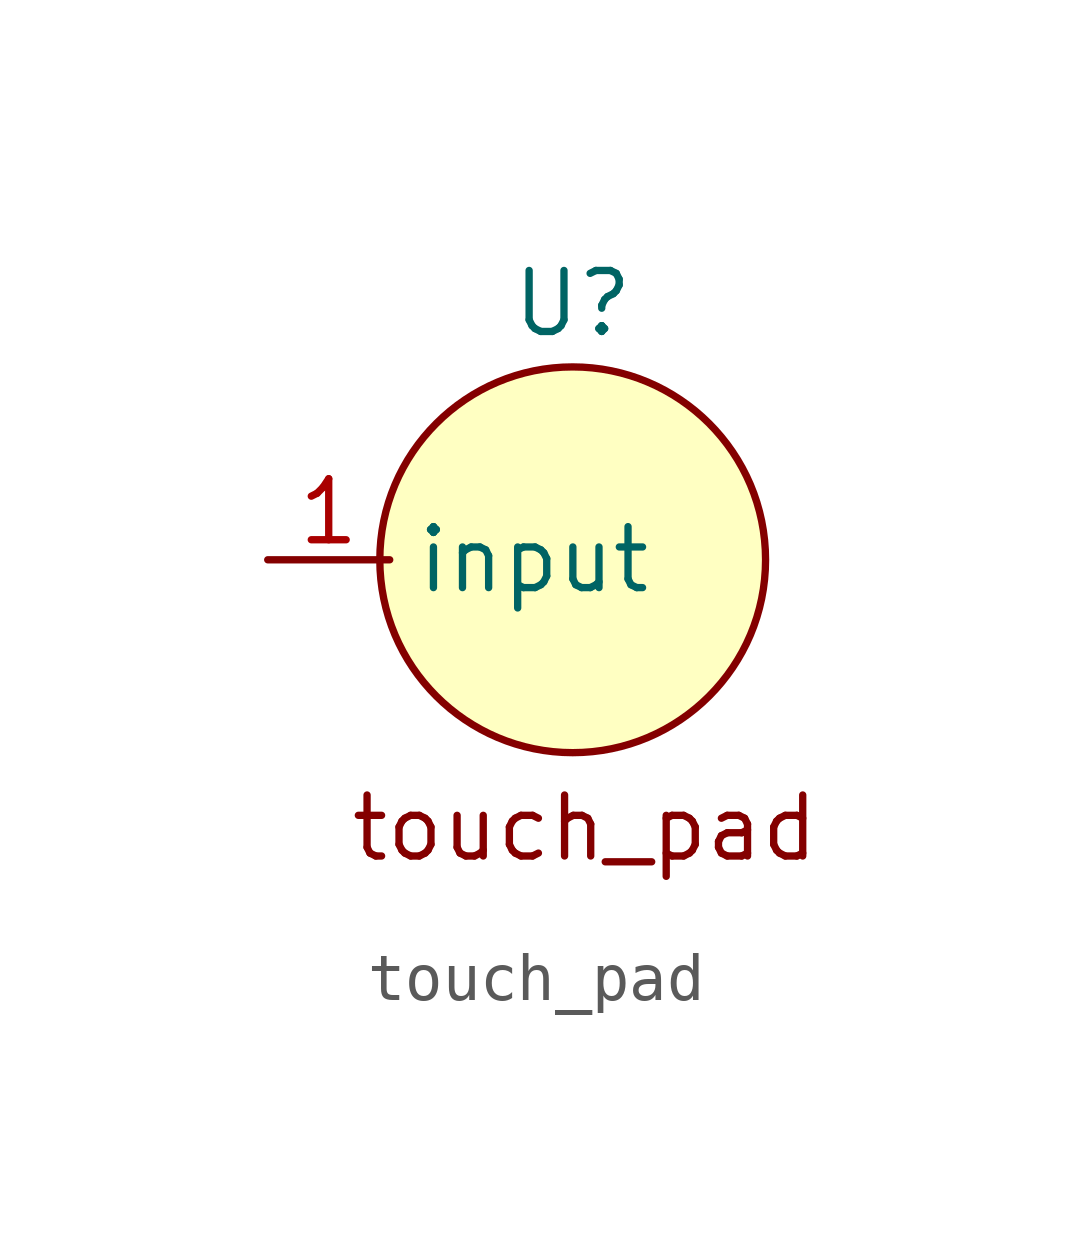
<source format=kicad_sym>
(kicad_symbol_lib
  (version 20241209)
  (generator "kicad_symbol_editor")
  (generator_version "9.0")
  (symbol "touch_pad"
    (property "Reference" "U"
      (at 0 5.334 0)
      (effects (font (size 1.27 1.27))))
    (property "Value" ""
      (at 0 0 0)
      (effects (font (size 1.27 1.27))))
    (symbol "touch_pad_1_1"
      (circle (center 0 0) (radius 4.016) (stroke (width 0) (type solid)) (fill (type background)))
      (text "touch_pad" (at 0.254 -5.588 0) (effects (font (size 1.27 1.27))))
      (pin input line (at -6.35 0 0) (length 2.54) (name "input" (effects (font (size 1.27 1.27)))) (number "1" (effects (font (size 1.27 1.27))))))))
</source>
